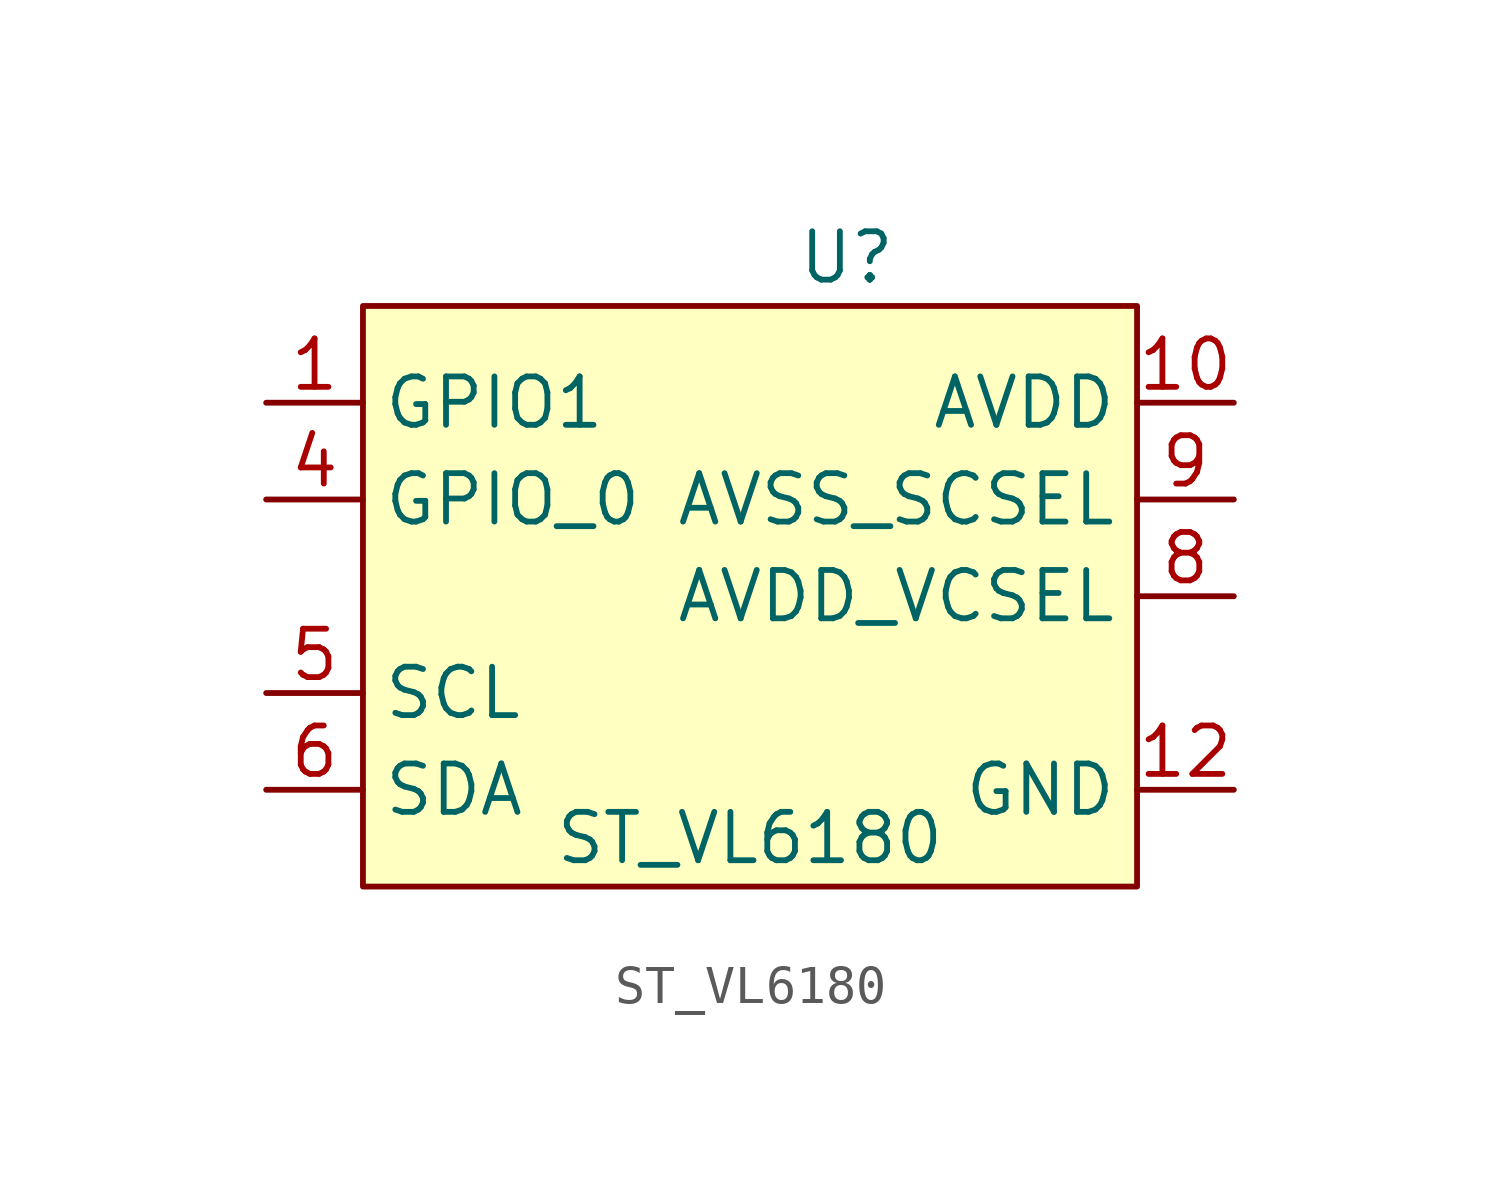
<source format=kicad_sym>
(kicad_symbol_lib
  (version 20211014)
  (generator kicad_symbol_editor)
  (symbol "ST_VL6180"
    (property "Reference" "U"
      (at 2.54 7.62 0)
      (effects (font (size 1.27 1.27))))
    (property "Value" "ST_VL6180"
      (at 0 -7.62 0)
      (effects (font (size 1.27 1.27))))
    (symbol "ST_VL6180_0_1"
      (rectangle (start -10.16 6.35) (end 10.16 -8.89) (stroke (width 0) (type default) (color 0 0 0 0)) (fill (type background))))
    (symbol "ST_VL6180_1_1"
      (pin input line (at -12.7 3.81 0) (length 2.54) (name "GPIO1" (effects (font (size 1.27 1.27)))) (number "1" (effects (font (size 1.27 1.27)))))
      (pin input line (at 12.7 3.81 180) (length 2.54) (name "AVDD" (effects (font (size 1.27 1.27)))) (number "10" (effects (font (size 1.27 1.27)))))
      (pin input line (at 12.7 -6.35 180) (length 2.54) (name "GND" (effects (font (size 1.27 1.27)))) (number "12" (effects (font (size 1.27 1.27)))))
      (pin input line (at -12.7 1.27 0) (length 2.54) (name "GPIO_0" (effects (font (size 1.27 1.27)))) (number "4" (effects (font (size 1.27 1.27)))))
      (pin input line (at -12.7 -3.81 0) (length 2.54) (name "SCL" (effects (font (size 1.27 1.27)))) (number "5" (effects (font (size 1.27 1.27)))))
      (pin input line (at -12.7 -6.35 0) (length 2.54) (name "SDA" (effects (font (size 1.27 1.27)))) (number "6" (effects (font (size 1.27 1.27)))))
      (pin input line (at 12.7 -1.27 180) (length 2.54) (name "AVDD_VCSEL" (effects (font (size 1.27 1.27)))) (number "8" (effects (font (size 1.27 1.27)))))
      (pin input line (at 12.7 1.27 180) (length 2.54) (name "AVSS_SCSEL" (effects (font (size 1.27 1.27)))) (number "9" (effects (font (size 1.27 1.27))))))))
</source>
